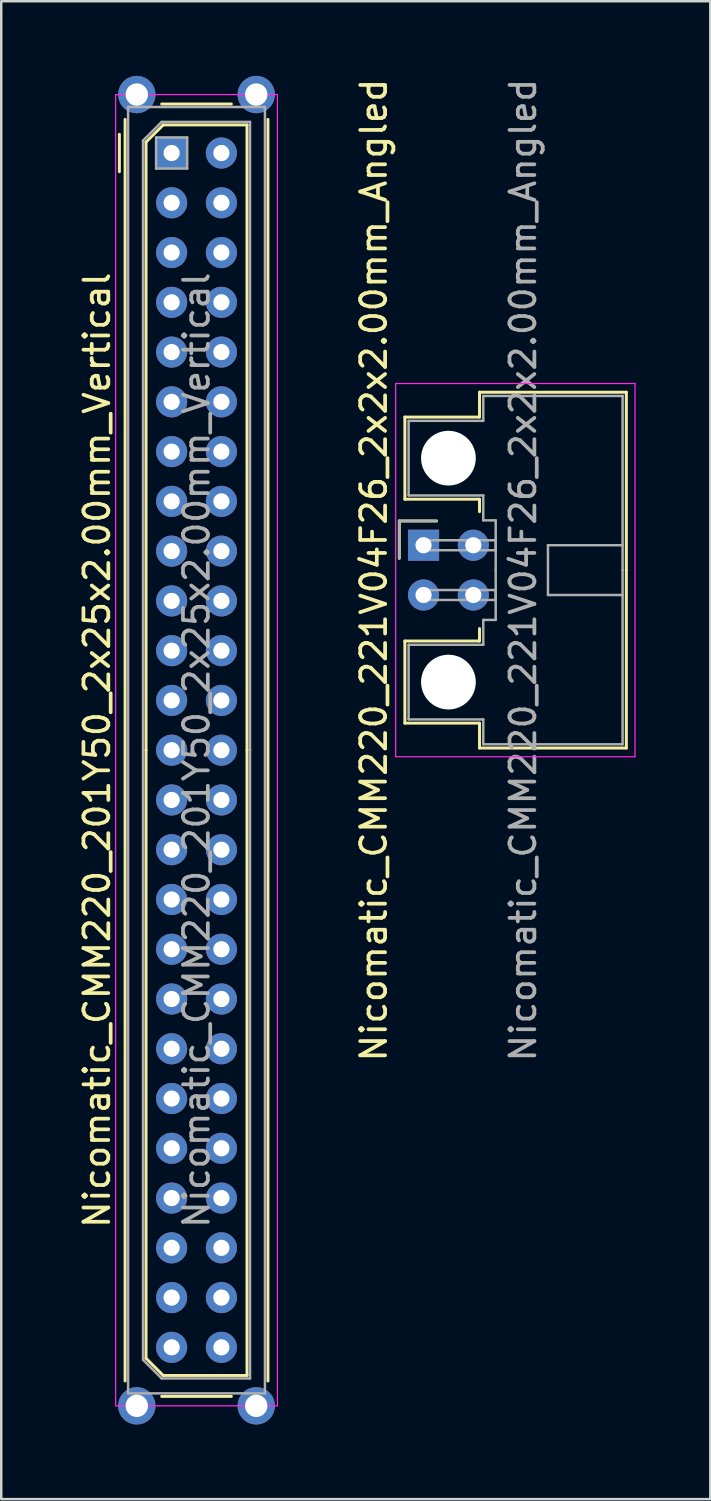
<source format=kicad_pcb>
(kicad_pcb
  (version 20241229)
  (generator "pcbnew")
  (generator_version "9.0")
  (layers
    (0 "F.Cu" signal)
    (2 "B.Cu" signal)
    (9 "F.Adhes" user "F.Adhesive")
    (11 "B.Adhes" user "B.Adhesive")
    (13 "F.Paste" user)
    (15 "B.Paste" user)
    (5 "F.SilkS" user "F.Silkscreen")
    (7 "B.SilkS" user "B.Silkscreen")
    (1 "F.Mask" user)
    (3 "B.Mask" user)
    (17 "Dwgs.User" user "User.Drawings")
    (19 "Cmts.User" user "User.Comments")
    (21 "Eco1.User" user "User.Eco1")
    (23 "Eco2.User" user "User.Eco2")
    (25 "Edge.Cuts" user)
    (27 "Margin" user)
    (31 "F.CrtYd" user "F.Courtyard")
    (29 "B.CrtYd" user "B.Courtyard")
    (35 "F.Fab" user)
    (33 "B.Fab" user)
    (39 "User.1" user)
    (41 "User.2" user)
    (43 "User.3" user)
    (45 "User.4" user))
  (footprint "Nicomatic_CMM220_201Y50_2x25x2.00mm_Vertical"
    (layer "F.Cu")
    (at 3.848 3.1)
    (property "Reference" "Nicomatic_CMM220_201Y50_2x25x2.00mm_Vertical" (at -3 24 90) (layer "F.SilkS") (effects (font (size 1 1) (thickness 0.15))))
    (attr through_hole)
    (fp_line (start -2.1 -0.75) (end -2.1 0.75) (stroke (width 0.12) (type solid)) (layer "F.SilkS"))
    (fp_line (start -1.87 49.35) (end -1.87 -1.35) (stroke (width 0.12) (type solid)) (layer "F.SilkS"))
    (fp_line (start -1.03 -0.44) (end -0.34 -1.13) (stroke (width 0.12) (type solid)) (layer "F.SilkS"))
    (fp_line (start -1.03 24) (end -1.03 -0.44) (stroke (width 0.12) (type solid)) (layer "F.SilkS"))
    (fp_line (start -1.03 24) (end -1.03 48.44) (stroke (width 0.12) (type solid)) (layer "F.SilkS"))
    (fp_line (start -1.03 48.44) (end -0.34 49.13) (stroke (width 0.12) (type solid)) (layer "F.SilkS"))
    (fp_line (start -0.4 -1.97) (end 2.4 -1.97) (stroke (width 0.12) (type solid)) (layer "F.SilkS"))
    (fp_line (start -0.4 49.97) (end 2.4 49.97) (stroke (width 0.12) (type solid)) (layer "F.SilkS"))
    (fp_line (start -0.34 -1.13) (end 3.03 -1.13) (stroke (width 0.12) (type solid)) (layer "F.SilkS"))
    (fp_line (start -0.34 49.13) (end 3.03 49.13) (stroke (width 0.12) (type solid)) (layer "F.SilkS"))
    (fp_line (start 3.03 -1.13) (end 3.03 24) (stroke (width 0.12) (type solid)) (layer "F.SilkS"))
    (fp_line (start 3.03 49.13) (end 3.03 24) (stroke (width 0.12) (type solid)) (layer "F.SilkS"))
    (fp_line (start 3.87 49.35) (end 3.87 -1.35) (stroke (width 0.12) (type solid)) (layer "F.SilkS"))
    (fp_line (start -2.25 -2.35) (end -2.25 50.35) (stroke (width 0.05) (type solid)) (layer "F.CrtYd"))
    (fp_line (start -2.25 50.35) (end 4.25 50.35) (stroke (width 0.05) (type solid)) (layer "F.CrtYd"))
    (fp_line (start 4.25 -2.35) (end -2.25 -2.35) (stroke (width 0.05) (type solid)) (layer "F.CrtYd"))
    (fp_line (start 4.25 50.35) (end 4.25 -2.35) (stroke (width 0.05) (type solid)) (layer "F.CrtYd"))
    (fp_line (start -1.75 -1.85) (end -1.75 49.85) (stroke (width 0.1) (type solid)) (layer "F.Fab"))
    (fp_line (start -1.75 49.85) (end 3.75 49.85) (stroke (width 0.1) (type solid)) (layer "F.Fab"))
    (fp_line (start -1.15 -0.5) (end -0.4 -1.25) (stroke (width 0.1) (type solid)) (layer "F.Fab"))
    (fp_line (start -1.15 24) (end -1.15 -0.5) (stroke (width 0.1) (type solid)) (layer "F.Fab"))
    (fp_line (start -1.15 24) (end -1.15 48.5) (stroke (width 0.1) (type solid)) (layer "F.Fab"))
    (fp_line (start -1.15 48.5) (end -0.4 49.25) (stroke (width 0.1) (type solid)) (layer "F.Fab"))
    (fp_line (start -0.625 -0.625) (end -0.625 0.625) (stroke (width 0.1) (type solid)) (layer "F.Fab"))
    (fp_line (start -0.625 0.625) (end 0.625 0.625) (stroke (width 0.1) (type solid)) (layer "F.Fab"))
    (fp_line (start -0.4 -1.25) (end 3.15 -1.25) (stroke (width 0.1) (type solid)) (layer "F.Fab"))
    (fp_line (start -0.4 49.25) (end 3.15 49.25) (stroke (width 0.1) (type solid)) (layer "F.Fab"))
    (fp_line (start 0.625 -0.625) (end -0.625 -0.625) (stroke (width 0.1) (type solid)) (layer "F.Fab"))
    (fp_line (start 0.625 0.625) (end 0.625 -0.625) (stroke (width 0.1) (type solid)) (layer "F.Fab"))
    (fp_line (start 3.15 -1.25) (end 3.15 24) (stroke (width 0.1) (type solid)) (layer "F.Fab"))
    (fp_line (start 3.15 49.25) (end 3.15 24) (stroke (width 0.1) (type solid)) (layer "F.Fab"))
    (fp_line (start 3.75 -1.85) (end -1.75 -1.85) (stroke (width 0.1) (type solid)) (layer "F.Fab"))
    (fp_line (start 3.75 49.85) (end 3.75 -1.85) (stroke (width 0.1) (type solid)) (layer "F.Fab"))
    (fp_text user "${REFERENCE}" (at 1 24 90) (layer "F.Fab") (effects (font (size 1 1) (thickness 0.15))))
    (pad "" thru_hole circle (at -1.4 -2.35) (size 1.5 1.5) (drill 0.9) (layers "*.Cu" "*.Mask"))
    (pad "" thru_hole circle (at -1.4 50.35) (size 1.5 1.5) (drill 0.9) (layers "*.Cu" "*.Mask"))
    (pad "" thru_hole circle (at 3.4 -2.35) (size 1.5 1.5) (drill 0.9) (layers "*.Cu" "*.Mask"))
    (pad "" thru_hole circle (at 3.4 50.35) (size 1.5 1.5) (drill 0.9) (layers "*.Cu" "*.Mask"))
    (pad "1" thru_hole rect (at 0 0) (size 1.25 1.25) (drill 0.65) (layers "*.Cu" "*.Mask"))
    (pad "2" thru_hole oval (at 0 2) (size 1.25 1.25) (drill 0.65) (layers "*.Cu" "*.Mask"))
    (pad "3" thru_hole oval (at 0 4) (size 1.25 1.25) (drill 0.65) (layers "*.Cu" "*.Mask"))
    (pad "4" thru_hole oval (at 0 6) (size 1.25 1.25) (drill 0.65) (layers "*.Cu" "*.Mask"))
    (pad "5" thru_hole oval (at 0 8) (size 1.25 1.25) (drill 0.65) (layers "*.Cu" "*.Mask"))
    (pad "6" thru_hole oval (at 0 10) (size 1.25 1.25) (drill 0.65) (layers "*.Cu" "*.Mask"))
    (pad "7" thru_hole oval (at 0 12) (size 1.25 1.25) (drill 0.65) (layers "*.Cu" "*.Mask"))
    (pad "8" thru_hole oval (at 0 14) (size 1.25 1.25) (drill 0.65) (layers "*.Cu" "*.Mask"))
    (pad "9" thru_hole oval (at 0 16) (size 1.25 1.25) (drill 0.65) (layers "*.Cu" "*.Mask"))
    (pad "10" thru_hole oval (at 0 18) (size 1.25 1.25) (drill 0.65) (layers "*.Cu" "*.Mask"))
    (pad "11" thru_hole oval (at 0 20) (size 1.25 1.25) (drill 0.65) (layers "*.Cu" "*.Mask"))
    (pad "12" thru_hole oval (at 0 22) (size 1.25 1.25) (drill 0.65) (layers "*.Cu" "*.Mask"))
    (pad "13" thru_hole oval (at 0 24) (size 1.25 1.25) (drill 0.65) (layers "*.Cu" "*.Mask"))
    (pad "14" thru_hole oval (at 0 26) (size 1.25 1.25) (drill 0.65) (layers "*.Cu" "*.Mask"))
    (pad "15" thru_hole oval (at 0 28) (size 1.25 1.25) (drill 0.65) (layers "*.Cu" "*.Mask"))
    (pad "16" thru_hole oval (at 0 30) (size 1.25 1.25) (drill 0.65) (layers "*.Cu" "*.Mask"))
    (pad "17" thru_hole oval (at 0 32) (size 1.25 1.25) (drill 0.65) (layers "*.Cu" "*.Mask"))
    (pad "18" thru_hole oval (at 0 34) (size 1.25 1.25) (drill 0.65) (layers "*.Cu" "*.Mask"))
    (pad "19" thru_hole oval (at 0 36) (size 1.25 1.25) (drill 0.65) (layers "*.Cu" "*.Mask"))
    (pad "20" thru_hole oval (at 0 38) (size 1.25 1.25) (drill 0.65) (layers "*.Cu" "*.Mask"))
    (pad "21" thru_hole oval (at 0 40) (size 1.25 1.25) (drill 0.65) (layers "*.Cu" "*.Mask"))
    (pad "22" thru_hole oval (at 0 42) (size 1.25 1.25) (drill 0.65) (layers "*.Cu" "*.Mask"))
    (pad "23" thru_hole oval (at 0 44) (size 1.25 1.25) (drill 0.65) (layers "*.Cu" "*.Mask"))
    (pad "24" thru_hole oval (at 0 46) (size 1.25 1.25) (drill 0.65) (layers "*.Cu" "*.Mask"))
    (pad "25" thru_hole oval (at 0 48) (size 1.25 1.25) (drill 0.65) (layers "*.Cu" "*.Mask"))
    (pad "26" thru_hole oval (at 2 0) (size 1.25 1.25) (drill 0.65) (layers "*.Cu" "*.Mask"))
    (pad "27" thru_hole oval (at 2 2) (size 1.25 1.25) (drill 0.65) (layers "*.Cu" "*.Mask"))
    (pad "28" thru_hole oval (at 2 4) (size 1.25 1.25) (drill 0.65) (layers "*.Cu" "*.Mask"))
    (pad "29" thru_hole oval (at 2 6) (size 1.25 1.25) (drill 0.65) (layers "*.Cu" "*.Mask"))
    (pad "30" thru_hole oval (at 2 8) (size 1.25 1.25) (drill 0.65) (layers "*.Cu" "*.Mask"))
    (pad "31" thru_hole oval (at 2 10) (size 1.25 1.25) (drill 0.65) (layers "*.Cu" "*.Mask"))
    (pad "32" thru_hole oval (at 2 12) (size 1.25 1.25) (drill 0.65) (layers "*.Cu" "*.Mask"))
    (pad "33" thru_hole oval (at 2 14) (size 1.25 1.25) (drill 0.65) (layers "*.Cu" "*.Mask"))
    (pad "34" thru_hole oval (at 2 16) (size 1.25 1.25) (drill 0.65) (layers "*.Cu" "*.Mask"))
    (pad "35" thru_hole oval (at 2 18) (size 1.25 1.25) (drill 0.65) (layers "*.Cu" "*.Mask"))
    (pad "36" thru_hole oval (at 2 20) (size 1.25 1.25) (drill 0.65) (layers "*.Cu" "*.Mask"))
    (pad "37" thru_hole oval (at 2 22) (size 1.25 1.25) (drill 0.65) (layers "*.Cu" "*.Mask"))
    (pad "38" thru_hole oval (at 2 24) (size 1.25 1.25) (drill 0.65) (layers "*.Cu" "*.Mask"))
    (pad "39" thru_hole oval (at 2 26) (size 1.25 1.25) (drill 0.65) (layers "*.Cu" "*.Mask"))
    (pad "40" thru_hole oval (at 2 28) (size 1.25 1.25) (drill 0.65) (layers "*.Cu" "*.Mask"))
    (pad "41" thru_hole oval (at 2 30) (size 1.25 1.25) (drill 0.65) (layers "*.Cu" "*.Mask"))
    (pad "42" thru_hole oval (at 2 32) (size 1.25 1.25) (drill 0.65) (layers "*.Cu" "*.Mask"))
    (pad "43" thru_hole oval (at 2 34) (size 1.25 1.25) (drill 0.65) (layers "*.Cu" "*.Mask"))
    (pad "44" thru_hole oval (at 2 36) (size 1.25 1.25) (drill 0.65) (layers "*.Cu" "*.Mask"))
    (pad "45" thru_hole oval (at 2 38) (size 1.25 1.25) (drill 0.65) (layers "*.Cu" "*.Mask"))
    (pad "46" thru_hole oval (at 2 40) (size 1.25 1.25) (drill 0.65) (layers "*.Cu" "*.Mask"))
    (pad "47" thru_hole oval (at 2 42) (size 1.25 1.25) (drill 0.65) (layers "*.Cu" "*.Mask"))
    (pad "48" thru_hole oval (at 2 44) (size 1.25 1.25) (drill 0.65) (layers "*.Cu" "*.Mask"))
    (pad "49" thru_hole oval (at 2 46) (size 1.25 1.25) (drill 0.65) (layers "*.Cu" "*.Mask"))
    (pad "50" thru_hole oval (at 2 48) (size 1.25 1.25) (drill 0.65) (layers "*.Cu" "*.Mask")))
  (footprint "Nicomatic_CMM220_221V04F26_2x2x2.00mm_Angled"
    (layer "F.Cu")
    (at 13.972 18.863)
    (property "Reference" "Nicomatic_CMM220_221V04F26_2x2x2.00mm_Angled" (at -2 1 90) (layer "F.SilkS") (effects (font (size 1 1) (thickness 0.15))))
    (attr through_hole)
    (fp_line (start -0.975 -0.975) (end -0.975 0.525) (stroke (width 0.12) (type solid)) (layer "F.SilkS"))
    (fp_line (start -0.75 -5.15) (end -0.75 -1.85) (stroke (width 0.12) (type solid)) (layer "F.SilkS"))
    (fp_line (start -0.75 -1.85) (end 2.25 -1.85) (stroke (width 0.12) (type solid)) (layer "F.SilkS"))
    (fp_line (start -0.75 3.85) (end 2.25 3.85) (stroke (width 0.12) (type solid)) (layer "F.SilkS"))
    (fp_line (start -0.75 7.15) (end -0.75 3.85) (stroke (width 0.12) (type solid)) (layer "F.SilkS"))
    (fp_line (start 0.525 -0.975) (end -0.975 -0.975) (stroke (width 0.12) (type solid)) (layer "F.SilkS"))
    (fp_line (start 2.25 -6.15) (end 2.25 -5.15) (stroke (width 0.12) (type solid)) (layer "F.SilkS"))
    (fp_line (start 2.25 -5.15) (end -0.75 -5.15) (stroke (width 0.12) (type solid)) (layer "F.SilkS"))
    (fp_line (start 2.25 -1.85) (end 2.25 -1.35) (stroke (width 0.12) (type solid)) (layer "F.SilkS"))
    (fp_line (start 2.25 3.85) (end 2.25 3.35) (stroke (width 0.12) (type solid)) (layer "F.SilkS"))
    (fp_line (start 2.25 7.15) (end -0.75 7.15) (stroke (width 0.12) (type solid)) (layer "F.SilkS"))
    (fp_line (start 2.25 8.15) (end 2.25 7.15) (stroke (width 0.12) (type solid)) (layer "F.SilkS"))
    (fp_line (start 8.15 -6.15) (end 2.25 -6.15) (stroke (width 0.12) (type solid)) (layer "F.SilkS"))
    (fp_line (start 8.15 1) (end 8.15 -6.15) (stroke (width 0.12) (type solid)) (layer "F.SilkS"))
    (fp_line (start 8.15 1) (end 8.15 8.15) (stroke (width 0.12) (type solid)) (layer "F.SilkS"))
    (fp_line (start 8.15 8.15) (end 2.25 8.15) (stroke (width 0.12) (type solid)) (layer "F.SilkS"))
    (fp_line (start -1.12 -6.5) (end -1.12 8.5) (stroke (width 0.05) (type solid)) (layer "F.CrtYd"))
    (fp_line (start -1.12 8.5) (end 8.5 8.5) (stroke (width 0.05) (type solid)) (layer "F.CrtYd"))
    (fp_line (start 8.5 -6.5) (end -1.12 -6.5) (stroke (width 0.05) (type solid)) (layer "F.CrtYd"))
    (fp_line (start 8.5 8.5) (end 8.5 -6.5) (stroke (width 0.05) (type solid)) (layer "F.CrtYd"))
    (fp_line (start -0.975 -0.975) (end -0.975 0.525) (stroke (width 0.1) (type solid)) (layer "F.Fab"))
    (fp_line (start -0.6 -5) (end -0.6 -2) (stroke (width 0.1) (type solid)) (layer "F.Fab"))
    (fp_line (start -0.6 -2) (end 2.4 -2) (stroke (width 0.1) (type solid)) (layer "F.Fab"))
    (fp_line (start -0.6 4) (end 2.4 4) (stroke (width 0.1) (type solid)) (layer "F.Fab"))
    (fp_line (start -0.6 7) (end -0.6 4) (stroke (width 0.1) (type solid)) (layer "F.Fab"))
    (fp_line (start 0 -0.2) (end 0 0.2) (stroke (width 0.1) (type solid)) (layer "F.Fab"))
    (fp_line (start 0 0.2) (end 2.9 0.2) (stroke (width 0.1) (type solid)) (layer "F.Fab"))
    (fp_line (start 0 1.8) (end 0 2.2) (stroke (width 0.1) (type solid)) (layer "F.Fab"))
    (fp_line (start 0 2.2) (end 2.9 2.2) (stroke (width 0.1) (type solid)) (layer "F.Fab"))
    (fp_line (start 0.525 -0.975) (end -0.975 -0.975) (stroke (width 0.1) (type solid)) (layer "F.Fab"))
    (fp_line (start 2.4 -6) (end 2.4 -5) (stroke (width 0.1) (type solid)) (layer "F.Fab"))
    (fp_line (start 2.4 -5) (end -0.6 -5) (stroke (width 0.1) (type solid)) (layer "F.Fab"))
    (fp_line (start 2.4 -2) (end 2.4 -1) (stroke (width 0.1) (type solid)) (layer "F.Fab"))
    (fp_line (start 2.4 -1) (end 2.9 -1) (stroke (width 0.1) (type solid)) (layer "F.Fab"))
    (fp_line (start 2.4 3) (end 2.9 3) (stroke (width 0.1) (type solid)) (layer "F.Fab"))
    (fp_line (start 2.4 4) (end 2.4 3) (stroke (width 0.1) (type solid)) (layer "F.Fab"))
    (fp_line (start 2.4 7) (end -0.6 7) (stroke (width 0.1) (type solid)) (layer "F.Fab"))
    (fp_line (start 2.4 8) (end 2.4 7) (stroke (width 0.1) (type solid)) (layer "F.Fab"))
    (fp_line (start 2.9 -1) (end 2.9 1) (stroke (width 0.1) (type solid)) (layer "F.Fab"))
    (fp_line (start 2.9 -0.2) (end 0 -0.2) (stroke (width 0.1) (type solid)) (layer "F.Fab"))
    (fp_line (start 2.9 0.2) (end 2.9 -0.2) (stroke (width 0.1) (type solid)) (layer "F.Fab"))
    (fp_line (start 2.9 1.8) (end 0 1.8) (stroke (width 0.1) (type solid)) (layer "F.Fab"))
    (fp_line (start 2.9 2.2) (end 2.9 1.8) (stroke (width 0.1) (type solid)) (layer "F.Fab"))
    (fp_line (start 2.9 3) (end 2.9 1) (stroke (width 0.1) (type solid)) (layer "F.Fab"))
    (fp_line (start 5 0) (end 5 2) (stroke (width 0.1) (type solid)) (layer "F.Fab"))
    (fp_line (start 5 2) (end 8 2) (stroke (width 0.1) (type solid)) (layer "F.Fab"))
    (fp_line (start 8 -6) (end 2.4 -6) (stroke (width 0.1) (type solid)) (layer "F.Fab"))
    (fp_line (start 8 0) (end 5 0) (stroke (width 0.1) (type solid)) (layer "F.Fab"))
    (fp_line (start 8 1) (end 8 -6) (stroke (width 0.1) (type solid)) (layer "F.Fab"))
    (fp_line (start 8 1) (end 8 8) (stroke (width 0.1) (type solid)) (layer "F.Fab"))
    (fp_line (start 8 8) (end 2.4 8) (stroke (width 0.1) (type solid)) (layer "F.Fab"))
    (fp_text user "${REFERENCE}" (at 4 1 90) (layer "F.Fab") (effects (font (size 1 1) (thickness 0.15))))
    (pad "" np_thru_hole circle (at 1 -3.5) (size 2.2 2.2) (drill 2.2) (layers "*.Cu" "*.Mask"))
    (pad "" np_thru_hole circle (at 1 5.5) (size 2.2 2.2) (drill 2.2) (layers "*.Cu" "*.Mask"))
    (pad "1" thru_hole rect (at 0 0) (size 1.25 1.25) (drill 0.65) (layers "*.Cu" "*.Mask"))
    (pad "2" thru_hole oval (at 0 2) (size 1.25 1.25) (drill 0.65) (layers "*.Cu" "*.Mask"))
    (pad "3" thru_hole oval (at 2 0) (size 1.25 1.25) (drill 0.65) (layers "*.Cu" "*.Mask"))
    (pad "4" thru_hole oval (at 2 2) (size 1.25 1.25) (drill 0.65) (layers "*.Cu" "*.Mask")))
  (gr_rect
    (start -3 -3)
    (end 25.497 57.2)
    (stroke (width 0.1) (type default))
    (fill no)
    (layer "Edge.Cuts")))
</source>
